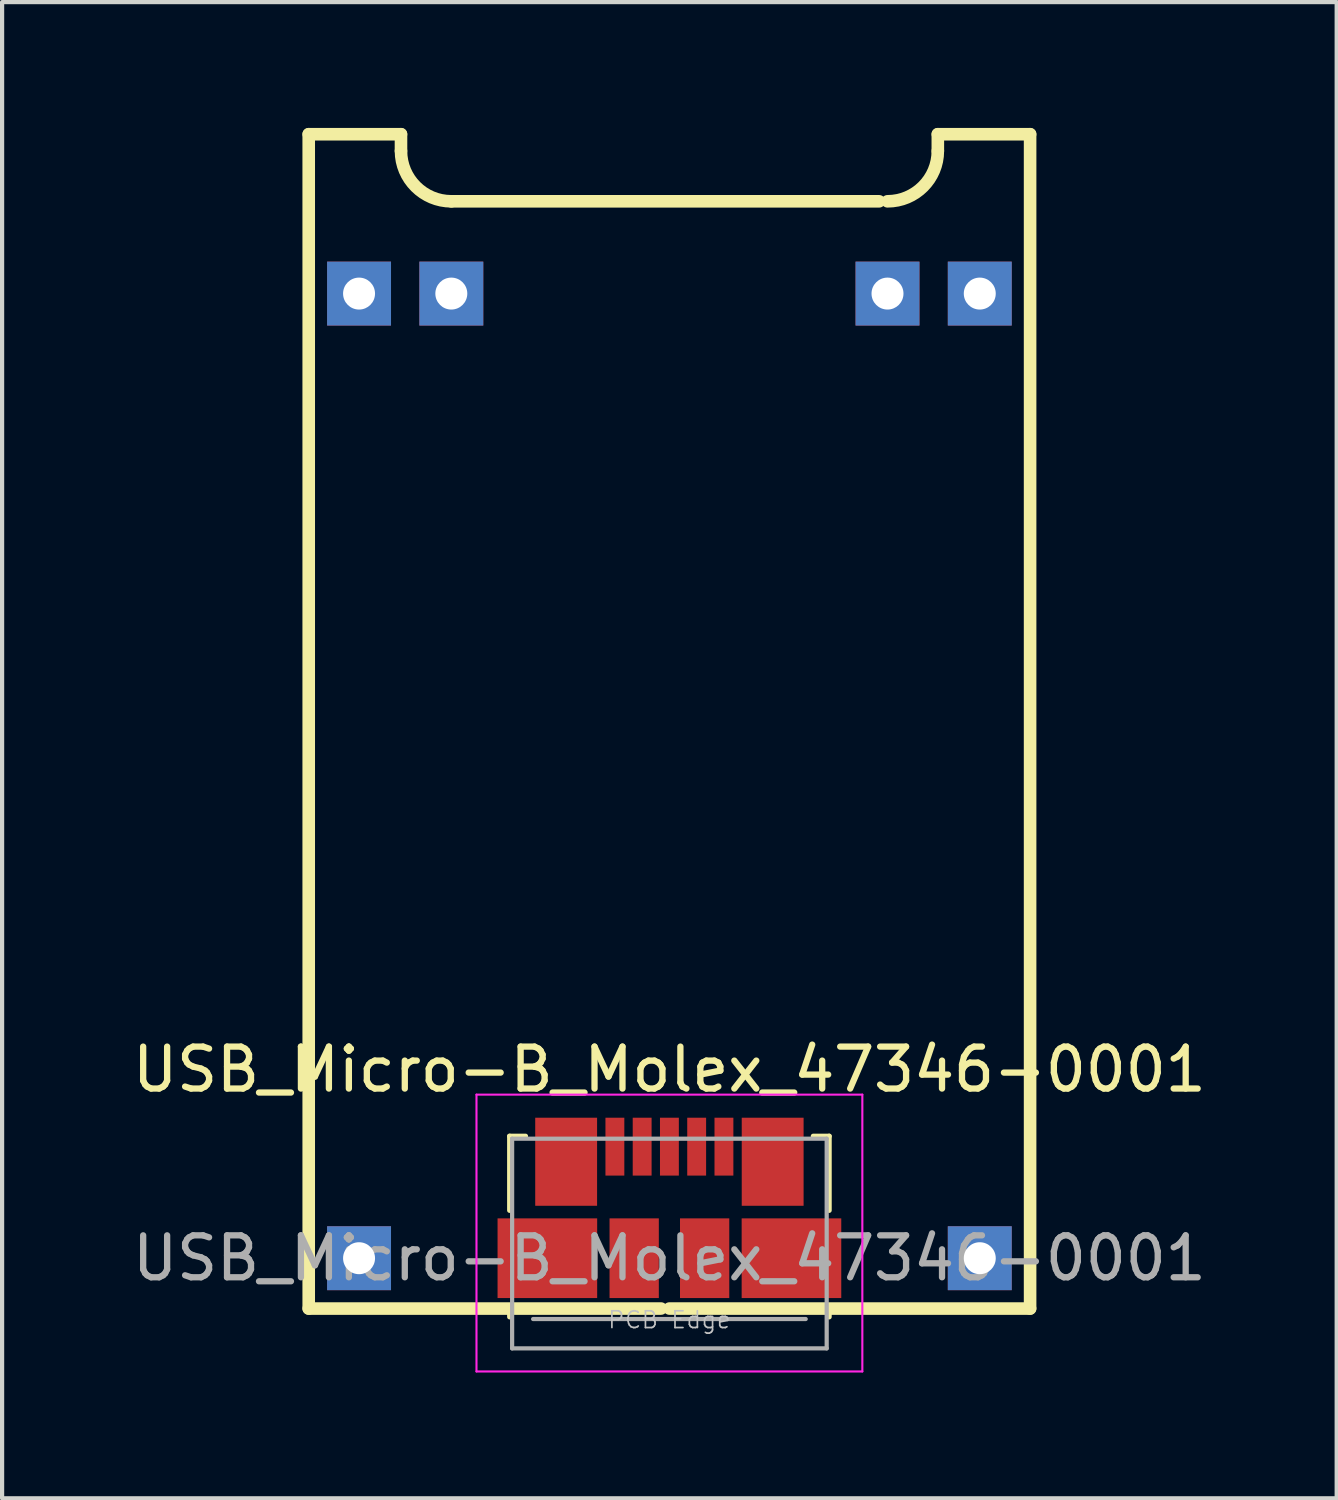
<source format=kicad_pcb>
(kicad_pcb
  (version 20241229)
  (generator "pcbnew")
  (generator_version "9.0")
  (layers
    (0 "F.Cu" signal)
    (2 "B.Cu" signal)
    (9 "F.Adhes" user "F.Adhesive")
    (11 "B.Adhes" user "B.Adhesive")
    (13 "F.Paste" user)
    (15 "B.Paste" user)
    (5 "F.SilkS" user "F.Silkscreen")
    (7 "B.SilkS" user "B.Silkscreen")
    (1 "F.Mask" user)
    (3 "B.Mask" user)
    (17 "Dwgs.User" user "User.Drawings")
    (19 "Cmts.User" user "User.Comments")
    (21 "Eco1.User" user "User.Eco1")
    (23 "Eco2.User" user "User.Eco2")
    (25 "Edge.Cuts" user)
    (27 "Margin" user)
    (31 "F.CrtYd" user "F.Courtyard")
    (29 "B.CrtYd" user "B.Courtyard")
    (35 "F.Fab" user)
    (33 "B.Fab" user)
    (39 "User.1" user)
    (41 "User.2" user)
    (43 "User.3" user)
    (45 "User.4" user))
  (footprint "USB_Micro-B_Molex_47346-0001"
    (layer "F.Cu")
    (at 12.911 26.95)
    (property "Reference" "USB_Micro-B_Molex_47346-0001" (at 0 -4.5 180) (layer "F.SilkS") (effects (font (size 1 1) (thickness 0.15))))
    (attr smd)
    (fp_line (start -8.6 -26.8) (end -6.4 -26.8) (stroke (width 0.3) (type solid)) (layer "F.SilkS"))
    (fp_line (start -8.6 1.2) (end -8.6 -26.8) (stroke (width 0.3) (type solid)) (layer "F.SilkS"))
    (fp_line (start -6.4 -26.8) (end -6.4 -26.4) (stroke (width 0.3) (type solid)) (layer "F.SilkS"))
    (fp_line (start -3.81 -2.91) (end -3.43 -2.91) (stroke (width 0.12) (type solid)) (layer "F.SilkS"))
    (fp_line (start -3.81 -1.14) (end -3.81 -2.91) (stroke (width 0.12) (type solid)) (layer "F.SilkS"))
    (fp_line (start -3.81 1.4) (end -3.81 1.14) (stroke (width 0.12) (type solid)) (layer "F.SilkS"))
    (fp_line (start -0.2 1.2) (end -8.6 1.2) (stroke (width 0.3) (type solid)) (layer "F.SilkS"))
    (fp_line (start 0 1.2) (end 8.6 1.2) (stroke (width 0.3) (type solid)) (layer "F.SilkS"))
    (fp_line (start 3.81 -2.91) (end 3.43 -2.91) (stroke (width 0.12) (type solid)) (layer "F.SilkS"))
    (fp_line (start 3.81 -2.91) (end 3.81 -1.14) (stroke (width 0.12) (type solid)) (layer "F.SilkS"))
    (fp_line (start 3.81 1.14) (end 3.81 1.4) (stroke (width 0.12) (type solid)) (layer "F.SilkS"))
    (fp_line (start 5 -25.2) (end -5.2 -25.2) (stroke (width 0.3) (type solid)) (layer "F.SilkS"))
    (fp_line (start 6.4 -26.8) (end 8.6 -26.8) (stroke (width 0.3) (type solid)) (layer "F.SilkS"))
    (fp_line (start 6.4 -26.4) (end 6.4 -26.8) (stroke (width 0.3) (type solid)) (layer "F.SilkS"))
    (fp_line (start 8.6 1.2) (end 8.6 -26.8) (stroke (width 0.3) (type solid)) (layer "F.SilkS"))
    (fp_arc (start -5.2 -25.2) (mid -6.048528 -25.551472) (end -6.4 -26.4) (stroke (width 0.3) (type solid)) (layer "F.SilkS"))
    (fp_arc (start 6.4 -26.4) (mid 6.048528 -25.551472) (end 5.2 -25.2) (stroke (width 0.3) (type solid)) (layer "F.SilkS"))
    (fp_line (start -4.6 -3.9) (end 4.6 -3.9) (stroke (width 0.05) (type solid)) (layer "F.CrtYd"))
    (fp_line (start -4.6 2.7) (end -4.6 -3.9) (stroke (width 0.05) (type solid)) (layer "F.CrtYd"))
    (fp_line (start 4.6 -3.9) (end 4.6 2.7) (stroke (width 0.05) (type solid)) (layer "F.CrtYd"))
    (fp_line (start 4.6 2.7) (end -4.6 2.7) (stroke (width 0.05) (type solid)) (layer "F.CrtYd"))
    (fp_line (start -3.75 -2.85) (end 3.75 -2.85) (stroke (width 0.1) (type solid)) (layer "F.Fab"))
    (fp_line (start -3.75 2.15) (end -3.75 -2.85) (stroke (width 0.1) (type solid)) (layer "F.Fab"))
    (fp_line (start -3.25 1.45) (end 3.25 1.45) (stroke (width 0.1) (type solid)) (layer "F.Fab"))
    (fp_line (start 3.75 -2.85) (end 3.75 2.15) (stroke (width 0.1) (type solid)) (layer "F.Fab"))
    (fp_line (start 3.75 2.15) (end -3.75 2.15) (stroke (width 0.1) (type solid)) (layer "F.Fab"))
    (fp_text user "PCB Edge" (at 0 1.47 180) (layer "Dwgs.User") (effects (font (size 0.4 0.4) (thickness 0.04))))
    (fp_text user "${REFERENCE}" (at 0 0 0) (layer "F.Fab") (effects (font (size 1 1) (thickness 0.15))))
    (pad "1" smd rect (at -1.3 -2.66) (size 0.45 1.38) (layers "F.Cu" "F.Mask" "F.Paste"))
    (pad "2" smd rect (at -0.65 -2.66) (size 0.45 1.38) (layers "F.Cu" "F.Mask" "F.Paste"))
    (pad "3" smd rect (at 0 -2.66) (size 0.45 1.38) (layers "F.Cu" "F.Mask" "F.Paste"))
    (pad "4" smd rect (at 0.65 -2.66) (size 0.45 1.38) (layers "F.Cu" "F.Mask" "F.Paste"))
    (pad "5" smd rect (at 1.3 -2.66) (size 0.45 1.38) (layers "F.Cu" "F.Mask" "F.Paste"))
    (pad "6" smd rect (at -2.91 0) (size 2.375 1.9) (layers "F.Cu" "F.Mask" "F.Paste"))
    (pad "6" smd rect (at -2.462 -2.3) (size 1.475 2.1) (layers "F.Cu" "F.Mask" "F.Paste"))
    (pad "6" smd rect (at -0.84 0) (size 1.175 1.9) (layers "F.Cu" "F.Mask" "F.Paste"))
    (pad "6" smd rect (at 0.84 0) (size 1.175 1.9) (layers "F.Cu" "F.Mask" "F.Paste"))
    (pad "6" smd rect (at 2.462 -2.3) (size 1.475 2.1) (layers "F.Cu" "F.Mask" "F.Paste"))
    (pad "6" smd rect (at 2.91 0) (size 2.375 1.9) (layers "F.Cu" "F.Mask" "F.Paste"))
    (pad "7" thru_hole rect (at -7.4 0) (size 1.524 1.524) (drill 0.762) (layers "*.Cu" "*.Mask"))
    (pad "8" thru_hole rect (at 7.4 0) (size 1.524 1.524) (drill 0.762) (layers "*.Cu" "*.Mask"))
    (pad "9" thru_hole rect (at 7.4 -23) (size 1.524 1.524) (drill 0.762) (layers "*.Cu" "*.Mask"))
    (pad "10" thru_hole rect (at 5.2 -23) (size 1.524 1.524) (drill 0.762) (layers "*.Cu" "*.Mask"))
    (pad "12" thru_hole rect (at -7.4 -23) (size 1.524 1.524) (drill 0.762) (layers "*.Cu" "*.Mask"))
    (pad "E11" thru_hole rect (at -5.2 -23) (size 1.524 1.524) (drill 0.762) (layers "*.Cu" "*.Mask")))
  (gr_rect
    (start -3 -3)
    (end 28.821 32.675)
    (stroke (width 0.1) (type default))
    (fill no)
    (layer "Edge.Cuts")))
</source>
